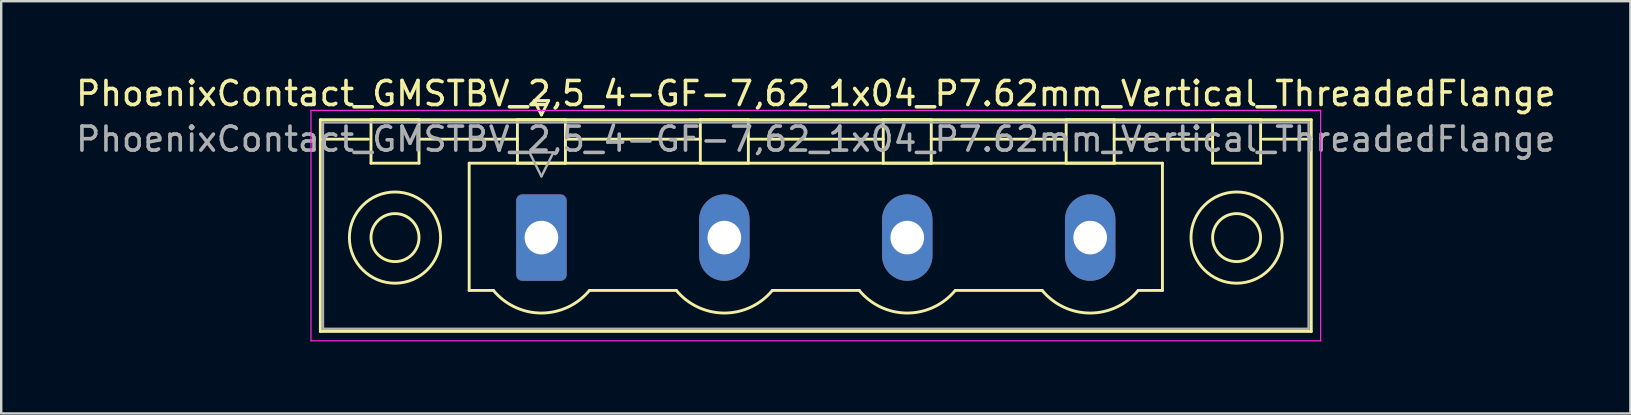
<source format=kicad_pcb>
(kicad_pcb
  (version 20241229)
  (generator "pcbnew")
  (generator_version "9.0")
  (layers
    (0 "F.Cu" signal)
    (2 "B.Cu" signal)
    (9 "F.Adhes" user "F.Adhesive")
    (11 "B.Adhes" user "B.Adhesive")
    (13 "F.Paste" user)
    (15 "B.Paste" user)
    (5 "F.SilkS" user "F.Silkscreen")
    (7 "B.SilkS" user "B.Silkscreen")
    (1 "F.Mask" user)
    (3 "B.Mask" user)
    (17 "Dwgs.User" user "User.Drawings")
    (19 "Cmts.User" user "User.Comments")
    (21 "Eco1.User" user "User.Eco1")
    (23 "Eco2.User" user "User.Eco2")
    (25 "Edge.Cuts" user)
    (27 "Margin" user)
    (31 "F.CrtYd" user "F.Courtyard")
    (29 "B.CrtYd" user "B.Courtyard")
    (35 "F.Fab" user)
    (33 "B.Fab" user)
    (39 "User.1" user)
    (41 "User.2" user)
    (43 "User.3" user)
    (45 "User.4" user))
  (footprint "PhoenixContact_GMSTBV_2,5_4-GF-7,62_1x04_P7.62mm_Vertical_ThreadedFlange"
    (layer "F.Cu")
    (at 19.505 6.848)
    (property "Reference" "PhoenixContact_GMSTBV_2,5_4-GF-7,62_1x04_P7.62mm_Vertical_ThreadedFlange" (at 11.43 -6 0) (layer "F.SilkS") (effects (font (size 1 1) (thickness 0.15))))
    (attr through_hole)
    (fp_line (start -9.21 -4.91) (end -9.21 3.91) (stroke (width 0.12) (type solid)) (layer "F.SilkS"))
    (fp_line (start -9.21 -4.1) (end -7.21 -4.1) (stroke (width 0.12) (type solid)) (layer "F.SilkS"))
    (fp_line (start -9.21 3.91) (end 32.07 3.91) (stroke (width 0.12) (type solid)) (layer "F.SilkS"))
    (fp_line (start -7.1 -4.91) (end -5.1 -4.91) (stroke (width 0.12) (type solid)) (layer "F.SilkS"))
    (fp_line (start -7.1 -3.1) (end -7.1 -4.91) (stroke (width 0.12) (type solid)) (layer "F.SilkS"))
    (fp_line (start -5.1 -4.91) (end -5.1 -3.1) (stroke (width 0.12) (type solid)) (layer "F.SilkS"))
    (fp_line (start -5.1 -4.1) (end -1 -4.1) (stroke (width 0.12) (type solid)) (layer "F.SilkS"))
    (fp_line (start -5.1 -3.1) (end -7.1 -3.1) (stroke (width 0.12) (type solid)) (layer "F.SilkS"))
    (fp_line (start -3.01 -3.1) (end 25.87 -3.1) (stroke (width 0.12) (type solid)) (layer "F.SilkS"))
    (fp_line (start -3.01 2.2) (end -3.01 -3.1) (stroke (width 0.12) (type solid)) (layer "F.SilkS"))
    (fp_line (start -2 2.2) (end -3.01 2.2) (stroke (width 0.12) (type solid)) (layer "F.SilkS"))
    (fp_line (start -1 -4.91) (end 1 -4.91) (stroke (width 0.12) (type solid)) (layer "F.SilkS"))
    (fp_line (start -1 -3.1) (end -1 -4.91) (stroke (width 0.12) (type solid)) (layer "F.SilkS"))
    (fp_line (start -0.3 -5.71) (end 0.3 -5.71) (stroke (width 0.12) (type solid)) (layer "F.SilkS"))
    (fp_line (start 0 -5.11) (end -0.3 -5.71) (stroke (width 0.12) (type solid)) (layer "F.SilkS"))
    (fp_line (start 0.3 -5.71) (end 0 -5.11) (stroke (width 0.12) (type solid)) (layer "F.SilkS"))
    (fp_line (start 1 -4.91) (end 1 -3.1) (stroke (width 0.12) (type solid)) (layer "F.SilkS"))
    (fp_line (start 1 -4.1) (end 6.62 -4.1) (stroke (width 0.12) (type solid)) (layer "F.SilkS"))
    (fp_line (start 1 -3.1) (end -1 -3.1) (stroke (width 0.12) (type solid)) (layer "F.SilkS"))
    (fp_line (start 2 2.2) (end 5.62 2.2) (stroke (width 0.12) (type solid)) (layer "F.SilkS"))
    (fp_line (start 6.62 -4.91) (end 8.62 -4.91) (stroke (width 0.12) (type solid)) (layer "F.SilkS"))
    (fp_line (start 6.62 -3.1) (end 6.62 -4.91) (stroke (width 0.12) (type solid)) (layer "F.SilkS"))
    (fp_line (start 8.62 -4.91) (end 8.62 -3.1) (stroke (width 0.12) (type solid)) (layer "F.SilkS"))
    (fp_line (start 8.62 -4.1) (end 14.24 -4.1) (stroke (width 0.12) (type solid)) (layer "F.SilkS"))
    (fp_line (start 8.62 -3.1) (end 6.62 -3.1) (stroke (width 0.12) (type solid)) (layer "F.SilkS"))
    (fp_line (start 9.62 2.2) (end 13.24 2.2) (stroke (width 0.12) (type solid)) (layer "F.SilkS"))
    (fp_line (start 14.24 -4.91) (end 16.24 -4.91) (stroke (width 0.12) (type solid)) (layer "F.SilkS"))
    (fp_line (start 14.24 -3.1) (end 14.24 -4.91) (stroke (width 0.12) (type solid)) (layer "F.SilkS"))
    (fp_line (start 16.24 -4.91) (end 16.24 -3.1) (stroke (width 0.12) (type solid)) (layer "F.SilkS"))
    (fp_line (start 16.24 -4.1) (end 21.86 -4.1) (stroke (width 0.12) (type solid)) (layer "F.SilkS"))
    (fp_line (start 16.24 -3.1) (end 14.24 -3.1) (stroke (width 0.12) (type solid)) (layer "F.SilkS"))
    (fp_line (start 17.24 2.2) (end 20.86 2.2) (stroke (width 0.12) (type solid)) (layer "F.SilkS"))
    (fp_line (start 21.86 -4.91) (end 23.86 -4.91) (stroke (width 0.12) (type solid)) (layer "F.SilkS"))
    (fp_line (start 21.86 -3.1) (end 21.86 -4.91) (stroke (width 0.12) (type solid)) (layer "F.SilkS"))
    (fp_line (start 23.86 -4.91) (end 23.86 -3.1) (stroke (width 0.12) (type solid)) (layer "F.SilkS"))
    (fp_line (start 23.86 -4.1) (end 27.96 -4.1) (stroke (width 0.12) (type solid)) (layer "F.SilkS"))
    (fp_line (start 23.86 -3.1) (end 21.86 -3.1) (stroke (width 0.12) (type solid)) (layer "F.SilkS"))
    (fp_line (start 25.87 -3.1) (end 25.87 2.2) (stroke (width 0.12) (type solid)) (layer "F.SilkS"))
    (fp_line (start 25.87 2.2) (end 24.86 2.2) (stroke (width 0.12) (type solid)) (layer "F.SilkS"))
    (fp_line (start 27.96 -4.91) (end 29.96 -4.91) (stroke (width 0.12) (type solid)) (layer "F.SilkS"))
    (fp_line (start 27.96 -3.1) (end 27.96 -4.91) (stroke (width 0.12) (type solid)) (layer "F.SilkS"))
    (fp_line (start 29.96 -4.91) (end 29.96 -3.1) (stroke (width 0.12) (type solid)) (layer "F.SilkS"))
    (fp_line (start 29.96 -3.1) (end 27.96 -3.1) (stroke (width 0.12) (type solid)) (layer "F.SilkS"))
    (fp_line (start 32.07 -4.91) (end -9.21 -4.91) (stroke (width 0.12) (type solid)) (layer "F.SilkS"))
    (fp_line (start 32.07 -4.1) (end 30.07 -4.1) (stroke (width 0.12) (type solid)) (layer "F.SilkS"))
    (fp_line (start 32.07 3.91) (end 32.07 -4.91) (stroke (width 0.12) (type solid)) (layer "F.SilkS"))
    (fp_arc (start 1.986842 2.215821) (mid -0.010289 3.142758) (end -2 2.2) (stroke (width 0.12) (type solid)) (layer "F.SilkS"))
    (fp_arc (start 9.606842 2.215821) (mid 7.609711 3.142758) (end 5.62 2.2) (stroke (width 0.12) (type solid)) (layer "F.SilkS"))
    (fp_arc (start 17.226842 2.215821) (mid 15.229711 3.142758) (end 13.24 2.2) (stroke (width 0.12) (type solid)) (layer "F.SilkS"))
    (fp_arc (start 24.846842 2.215821) (mid 22.849711 3.142758) (end 20.86 2.2) (stroke (width 0.12) (type solid)) (layer "F.SilkS"))
    (fp_circle (center -6.1 0) (end -5.1 0) (stroke (width 0.12) (type solid)) (fill no) (layer "F.SilkS"))
    (fp_circle (center -6.1 0) (end -4.2 0) (stroke (width 0.12) (type solid)) (fill no) (layer "F.SilkS"))
    (fp_circle (center 28.96 0) (end 29.96 0) (stroke (width 0.12) (type solid)) (fill no) (layer "F.SilkS"))
    (fp_circle (center 28.96 0) (end 30.86 0) (stroke (width 0.12) (type solid)) (fill no) (layer "F.SilkS"))
    (fp_line (start -9.6 -5.3) (end -9.6 4.3) (stroke (width 0.05) (type solid)) (layer "F.CrtYd"))
    (fp_line (start -9.6 4.3) (end 32.46 4.3) (stroke (width 0.05) (type solid)) (layer "F.CrtYd"))
    (fp_line (start 32.46 -5.3) (end -9.6 -5.3) (stroke (width 0.05) (type solid)) (layer "F.CrtYd"))
    (fp_line (start 32.46 4.3) (end 32.46 -5.3) (stroke (width 0.05) (type solid)) (layer "F.CrtYd"))
    (fp_line (start -9.1 -4.8) (end -9.1 3.8) (stroke (width 0.1) (type solid)) (layer "F.Fab"))
    (fp_line (start -9.1 3.8) (end 31.96 3.8) (stroke (width 0.1) (type solid)) (layer "F.Fab"))
    (fp_line (start -0.5 -3.55) (end 0.5 -3.55) (stroke (width 0.1) (type solid)) (layer "F.Fab"))
    (fp_line (start 0 -2.55) (end -0.5 -3.55) (stroke (width 0.1) (type solid)) (layer "F.Fab"))
    (fp_line (start 0.5 -3.55) (end 0 -2.55) (stroke (width 0.1) (type solid)) (layer "F.Fab"))
    (fp_line (start 31.96 -4.8) (end -9.1 -4.8) (stroke (width 0.1) (type solid)) (layer "F.Fab"))
    (fp_line (start 31.96 3.8) (end 31.96 -4.8) (stroke (width 0.1) (type solid)) (layer "F.Fab"))
    (fp_text user "${REFERENCE}" (at 11.43 -4.1 0) (layer "F.Fab") (effects (font (size 1 1) (thickness 0.15))))
    (pad "1" thru_hole roundrect (at 0 0) (size 2.1 3.6) (drill 1.4) (layers "*.Cu" "*.Mask") (roundrect_rratio 0.119))
    (pad "2" thru_hole oval (at 7.62 0) (size 2.1 3.6) (drill 1.4) (layers "*.Cu" "*.Mask"))
    (pad "3" thru_hole oval (at 15.24 0) (size 2.1 3.6) (drill 1.4) (layers "*.Cu" "*.Mask"))
    (pad "4" thru_hole oval (at 22.86 0) (size 2.1 3.6) (drill 1.4) (layers "*.Cu" "*.Mask")))
  (gr_rect
    (start -3 -3)
    (end 64.869 14.173)
    (stroke (width 0.1) (type default))
    (fill no)
    (layer "Edge.Cuts")))
</source>
